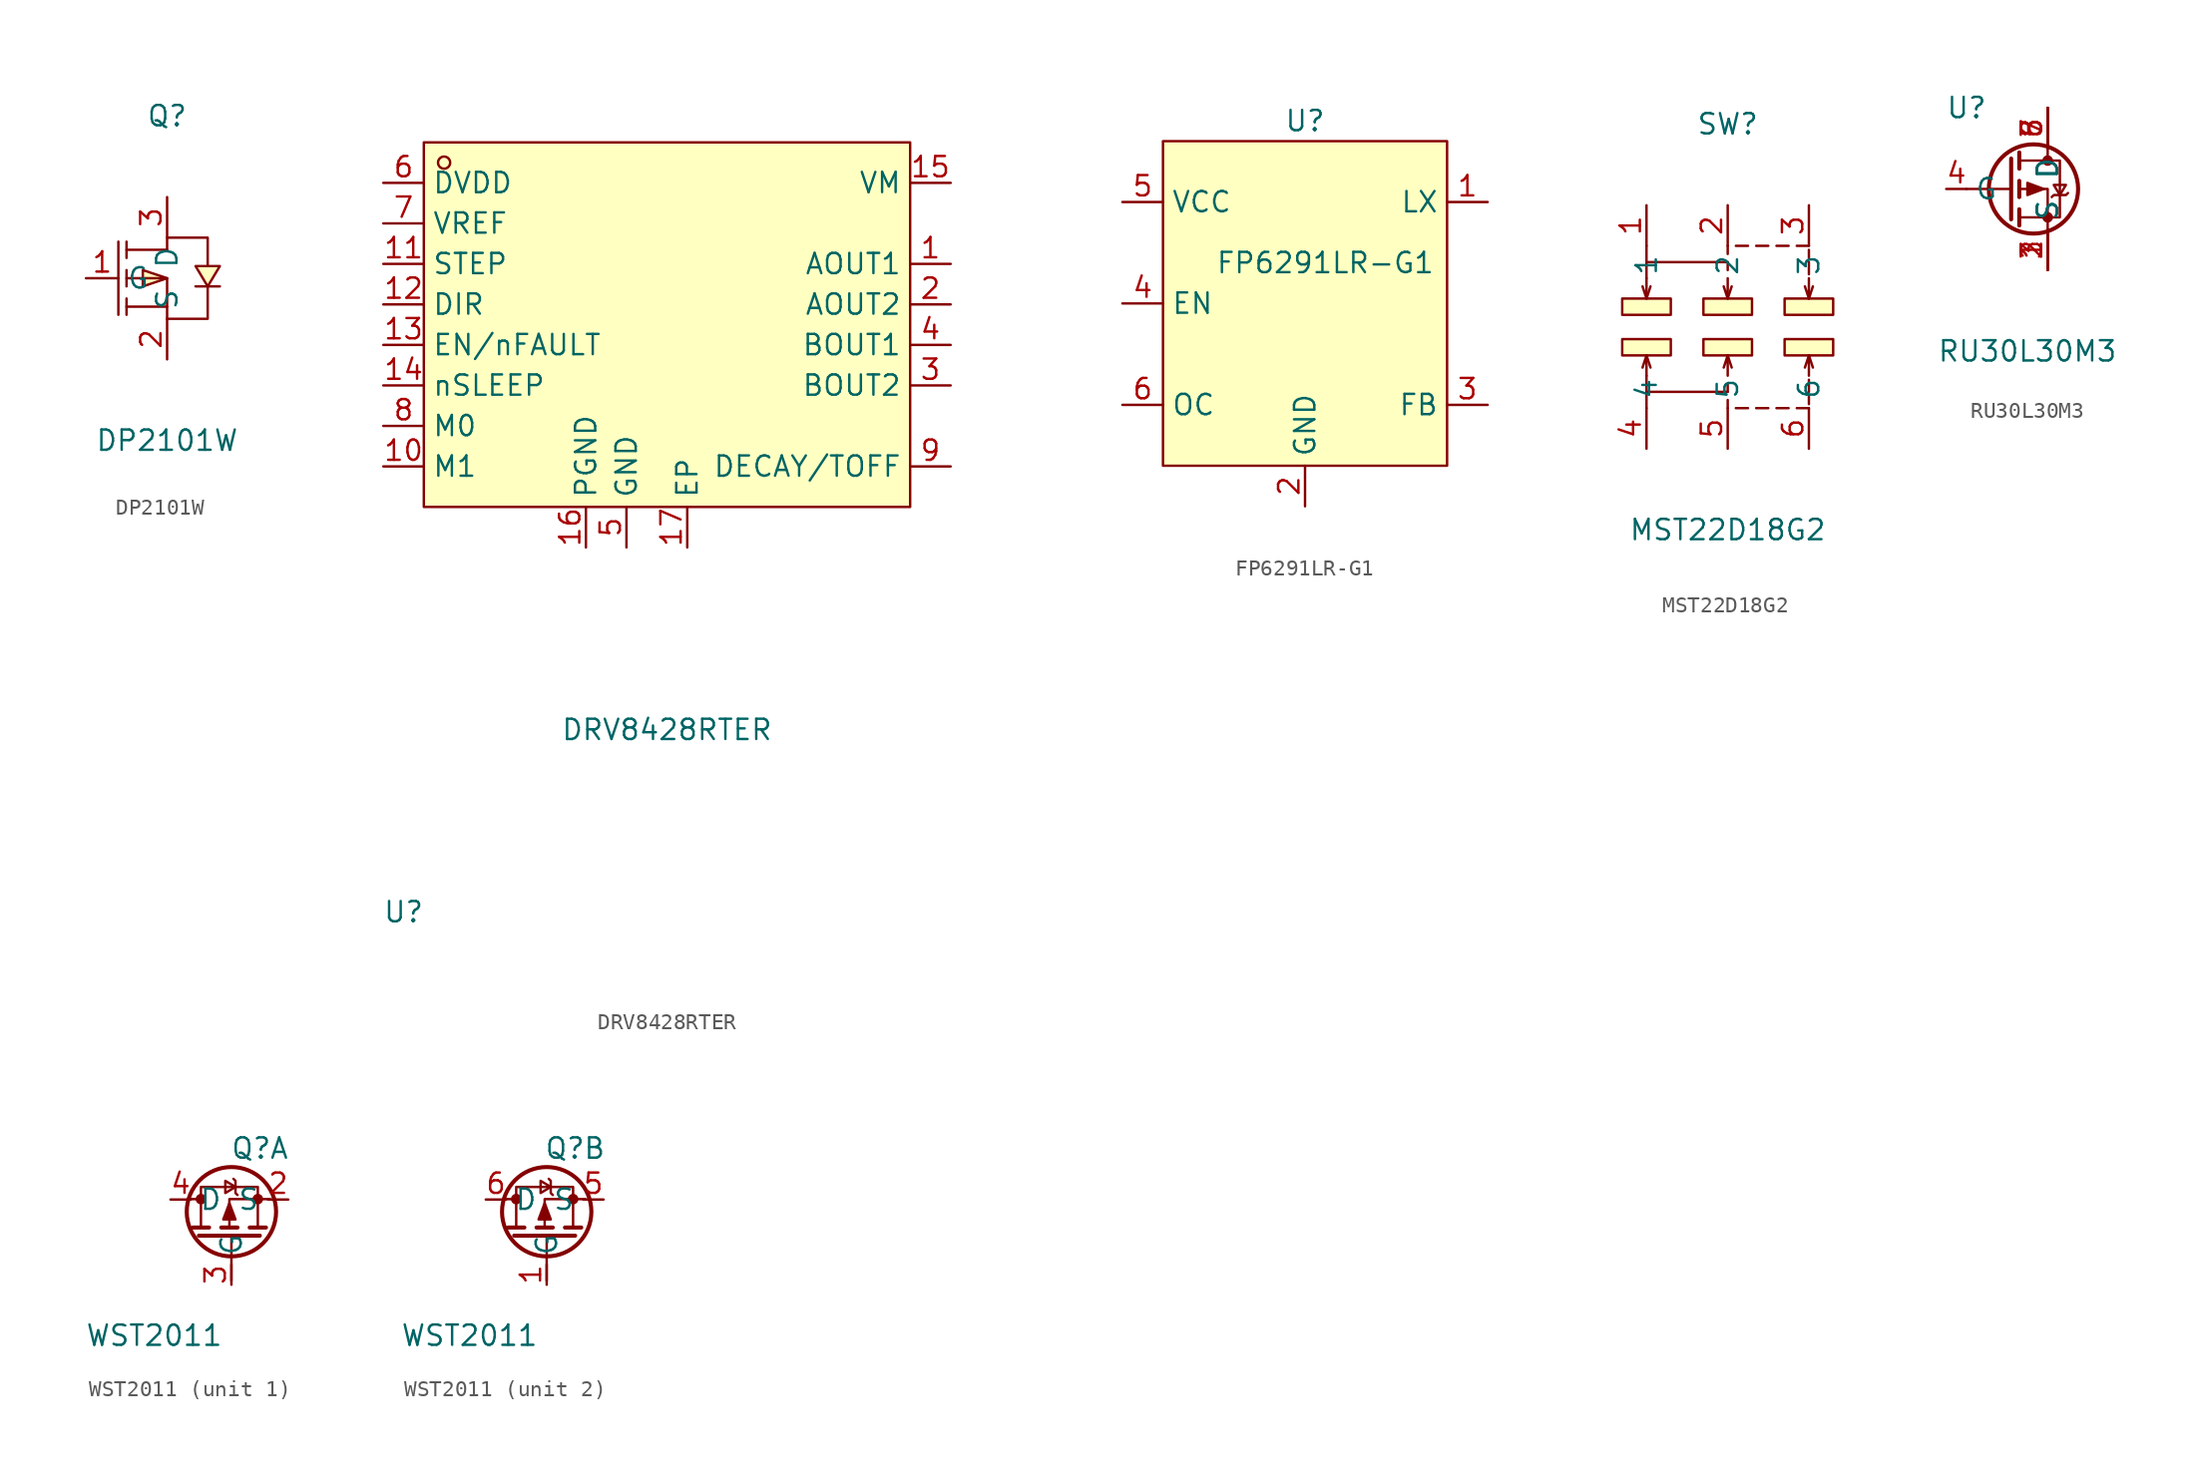
<source format=kicad_sym>
(kicad_symbol_lib
  (version 20220914)
  (generator kicad_symbol_editor)
  (symbol "DP2101W"
    (property "Reference" "Q"
      (at 0 10.16 0)
      (effects (font (size 1.27 1.27))))
    (property "Value" "DP2101W"
      (at 0 -10.16 0)
      (effects (font (size 1.27 1.27))))
    (symbol "DP2101W_0_1"
      (polyline (pts (xy -3.05 2.29) (xy -3.05 -2.29)) (stroke (width 0) (type default)) (fill (type none)))
      (polyline (pts (xy -2.54 -2.29) (xy -2.54 -1.27)) (stroke (width 0) (type default)) (fill (type none)))
      (polyline (pts (xy -2.54 -0.51) (xy -2.54 0.51)) (stroke (width 0) (type default)) (fill (type none)))
      (polyline (pts (xy -2.54 1.27) (xy -2.54 2.29)) (stroke (width 0) (type default)) (fill (type none)))
      (polyline (pts (xy 0 -1.78) (xy -2.54 -1.78)) (stroke (width 0) (type default)) (fill (type none)))
      (polyline (pts (xy 0 1.78) (xy -2.54 1.78)) (stroke (width 0) (type default)) (fill (type none)))
      (polyline (pts (xy -2.54 0) (xy 0 0) (xy 0 -2.54)) (stroke (width 0) (type default)) (fill (type none)))
      (polyline (pts (xy 0 -2.54) (xy 2.54 -2.54) (xy 2.54 -0.51)) (stroke (width 0) (type default)) (fill (type none)))
      (polyline (pts (xy 0 0) (xy -1.52 0.51) (xy -1.52 -0.51) (xy 0 0)) (stroke (width 0) (type default)) (fill (type background)))
      (polyline (pts (xy 0 1.78) (xy 0 2.54) (xy 2.54 2.54) (xy 2.54 0.76)) (stroke (width 0) (type default)) (fill (type none)))
      (polyline (pts (xy 2.54 -0.51) (xy 3.3 0.76) (xy 1.78 0.76) (xy 2.54 -0.51)) (stroke (width 0) (type default)) (fill (type background)))
      (polyline (pts (xy 3.3 -0.51) (xy 3.05 -0.51) (xy 2.03 -0.51) (xy 1.78 -0.51)) (stroke (width 0) (type default)) (fill (type none)))
      (pin unspecified line (at -5.08 0 0) (length 2.032) (name "G" (effects (font (size 1.27 1.27)))) (number "1" (effects (font (size 1.27 1.27)))))
      (pin unspecified line (at 0 -5.08 90) (length 2.54) (name "S" (effects (font (size 1.27 1.27)))) (number "2" (effects (font (size 1.27 1.27)))))
      (pin unspecified line (at 0 5.08 270) (length 2.54) (name "D" (effects (font (size 1.27 1.27)))) (number "3" (effects (font (size 1.27 1.27)))))))
  (symbol "DRV8428RTER"
    (property "Reference" "U"
      (at -16.51 -36.83 0)
      (effects (font (size 1.27 1.27))))
    (property "Value" "DRV8428RTER"
      (at 0 -25.4 0)
      (effects (font (size 1.27 1.27))))
    (symbol "DRV8428RTER_0_1"
      (rectangle (start -15.24 11.43) (end 15.24 -11.43) (stroke (width 0) (type default)) (fill (type background)))
      (circle (center -13.97 10.16) (radius 0.38) (stroke (width 0) (type default)) (fill (type none)))
      (pin unspecified line (at 17.78 3.81 180) (length 2.54) (name "AOUT1" (effects (font (size 1.27 1.27)))) (number "1" (effects (font (size 1.27 1.27)))))
      (pin unspecified line (at -17.78 -8.89 0) (length 2.54) (name "M1" (effects (font (size 1.27 1.27)))) (number "10" (effects (font (size 1.27 1.27)))))
      (pin unspecified line (at -17.78 3.81 0) (length 2.54) (name "STEP" (effects (font (size 1.27 1.27)))) (number "11" (effects (font (size 1.27 1.27)))))
      (pin unspecified line (at -17.78 1.27 0) (length 2.54) (name "DIR" (effects (font (size 1.27 1.27)))) (number "12" (effects (font (size 1.27 1.27)))))
      (pin unspecified line (at -17.78 -1.27 0) (length 2.54) (name "EN/nFAULT" (effects (font (size 1.27 1.27)))) (number "13" (effects (font (size 1.27 1.27)))))
      (pin unspecified line (at -17.78 -3.81 0) (length 2.54) (name "nSLEEP" (effects (font (size 1.27 1.27)))) (number "14" (effects (font (size 1.27 1.27)))))
      (pin unspecified line (at 17.78 8.89 180) (length 2.54) (name "VM" (effects (font (size 1.27 1.27)))) (number "15" (effects (font (size 1.27 1.27)))))
      (pin unspecified line (at -5.08 -13.97 90) (length 2.54) (name "PGND" (effects (font (size 1.27 1.27)))) (number "16" (effects (font (size 1.27 1.27)))))
      (pin unspecified line (at 1.27 -13.97 90) (length 2.54) (name "EP" (effects (font (size 1.27 1.27)))) (number "17" (effects (font (size 1.27 1.27)))))
      (pin unspecified line (at 17.78 1.27 180) (length 2.54) (name "AOUT2" (effects (font (size 1.27 1.27)))) (number "2" (effects (font (size 1.27 1.27)))))
      (pin unspecified line (at 17.78 -3.81 180) (length 2.54) (name "BOUT2" (effects (font (size 1.27 1.27)))) (number "3" (effects (font (size 1.27 1.27)))))
      (pin unspecified line (at 17.78 -1.27 180) (length 2.54) (name "BOUT1" (effects (font (size 1.27 1.27)))) (number "4" (effects (font (size 1.27 1.27)))))
      (pin unspecified line (at -2.54 -13.97 90) (length 2.54) (name "GND" (effects (font (size 1.27 1.27)))) (number "5" (effects (font (size 1.27 1.27)))))
      (pin unspecified line (at -17.78 8.89 0) (length 2.54) (name "DVDD" (effects (font (size 1.27 1.27)))) (number "6" (effects (font (size 1.27 1.27)))))
      (pin unspecified line (at -17.78 6.35 0) (length 2.54) (name "VREF" (effects (font (size 1.27 1.27)))) (number "7" (effects (font (size 1.27 1.27)))))
      (pin unspecified line (at -17.78 -6.35 0) (length 2.54) (name "M0" (effects (font (size 1.27 1.27)))) (number "8" (effects (font (size 1.27 1.27)))))
      (pin unspecified line (at 17.78 -8.89 180) (length 2.54) (name "DECAY/TOFF" (effects (font (size 1.27 1.27)))) (number "9" (effects (font (size 1.27 1.27)))))))
  (symbol "FP6291LR-G1"
    (property "Reference" "U"
      (at 0 11.43 0)
      (effects (font (size 1.27 1.27))))
    (property "Value" "FP6291LR-G1"
      (at 1.27 2.54 0)
      (effects (font (size 1.27 1.27))))
    (symbol "FP6291LR-G1_0_1"
      (rectangle (start -8.89 10.16) (end 8.89 -10.16) (stroke (width 0) (type default)) (fill (type background))))
    (symbol "FP6291LR-G1_1_1"
      (pin unspecified line (at 11.43 6.35 180) (length 2.54) (name "LX" (effects (font (size 1.27 1.27)))) (number "1" (effects (font (size 1.27 1.27)))))
      (pin unspecified line (at 0 -12.7 90) (length 2.54) (name "GND" (effects (font (size 1.27 1.27)))) (number "2" (effects (font (size 1.27 1.27)))))
      (pin unspecified line (at 11.43 -6.35 180) (length 2.54) (name "FB" (effects (font (size 1.27 1.27)))) (number "3" (effects (font (size 1.27 1.27)))))
      (pin unspecified line (at -11.43 0 0) (length 2.54) (name "EN" (effects (font (size 1.27 1.27)))) (number "4" (effects (font (size 1.27 1.27)))))
      (pin unspecified line (at -11.43 6.35 0) (length 2.54) (name "VCC" (effects (font (size 1.27 1.27)))) (number "5" (effects (font (size 1.27 1.27)))))
      (pin unspecified line (at -11.43 -6.35 0) (length 2.54) (name "OC" (effects (font (size 1.27 1.27)))) (number "6" (effects (font (size 1.27 1.27)))))))
  (symbol "MST22D18G2"
    (property "Reference" "SW"
      (at 0 12.7 0)
      (effects (font (size 1.27 1.27))))
    (property "Value" "MST22D18G2"
      (at 0 -12.7 0)
      (effects (font (size 1.27 1.27))))
    (symbol "MST22D18G2_0_1"
      (rectangle (start -6.6 -0.76) (end -3.56 -1.78) (stroke (width 0) (type default)) (fill (type background)))
      (rectangle (start -6.6 1.78) (end -3.56 0.76) (stroke (width 0) (type default)) (fill (type background)))
      (rectangle (start -1.52 -0.76) (end 1.52 -1.78) (stroke (width 0) (type default)) (fill (type background)))
      (rectangle (start -1.52 1.78) (end 1.52 0.76) (stroke (width 0) (type default)) (fill (type background)))
      (polyline (pts (xy -5.08 -4.06) (xy -5.08 -5.08)) (stroke (width 0) (type default)) (fill (type none)))
      (polyline (pts (xy -5.08 -1.78) (xy -4.83 -2.54)) (stroke (width 0) (type default)) (fill (type none)))
      (polyline (pts (xy -5.08 1.78) (xy -4.83 2.54)) (stroke (width 0) (type default)) (fill (type none)))
      (polyline (pts (xy -5.08 4.06) (xy -5.08 5.08)) (stroke (width 0) (type default)) (fill (type none)))
      (polyline (pts (xy 0 -4.57) (xy 0 -5.08)) (stroke (width 0) (type default)) (fill (type none)))
      (polyline (pts (xy 0 -3.56) (xy 0 -4.06)) (stroke (width 0) (type default)) (fill (type none)))
      (polyline (pts (xy 0 -1.78) (xy 0.25 -2.54)) (stroke (width 0) (type default)) (fill (type none)))
      (polyline (pts (xy 0 1.78) (xy 0.25 2.54)) (stroke (width 0) (type default)) (fill (type none)))
      (polyline (pts (xy 0 3.56) (xy 0 4.06)) (stroke (width 0) (type default)) (fill (type none)))
      (polyline (pts (xy 0 4.57) (xy 0 5.08)) (stroke (width 0) (type default)) (fill (type none)))
      (polyline (pts (xy 0.51 -5.08) (xy 1.27 -5.08)) (stroke (width 0) (type default)) (fill (type none)))
      (polyline (pts (xy 0.51 5.08) (xy 1.27 5.08)) (stroke (width 0) (type default)) (fill (type none)))
      (polyline (pts (xy 1.78 -5.08) (xy 2.54 -5.08)) (stroke (width 0) (type default)) (fill (type none)))
      (polyline (pts (xy 1.78 5.08) (xy 2.54 5.08)) (stroke (width 0) (type default)) (fill (type none)))
      (polyline (pts (xy 3.05 -5.08) (xy 3.81 -5.08)) (stroke (width 0) (type default)) (fill (type none)))
      (polyline (pts (xy 3.05 5.08) (xy 3.81 5.08)) (stroke (width 0) (type default)) (fill (type none)))
      (polyline (pts (xy 4.32 -5.08) (xy 5.08 -5.08)) (stroke (width 0) (type default)) (fill (type none)))
      (polyline (pts (xy 4.32 5.08) (xy 5.08 5.08)) (stroke (width 0) (type default)) (fill (type none)))
      (polyline (pts (xy 5.08 -4.83) (xy 5.08 -4.32)) (stroke (width 0) (type default)) (fill (type none)))
      (polyline (pts (xy 5.08 -4.06) (xy 5.08 -3.3)) (stroke (width 0) (type default)) (fill (type none)))
      (polyline (pts (xy 5.08 -1.78) (xy 5.33 -2.54)) (stroke (width 0) (type default)) (fill (type none)))
      (polyline (pts (xy 5.08 1.78) (xy 5.33 2.54)) (stroke (width 0) (type default)) (fill (type none)))
      (polyline (pts (xy 5.08 4.06) (xy 5.08 3.3)) (stroke (width 0) (type default)) (fill (type none)))
      (polyline (pts (xy 5.08 4.83) (xy 5.08 4.32)) (stroke (width 0) (type default)) (fill (type none)))
      (polyline (pts (xy -5.08 -3.05) (xy -5.08 -4.06) (xy 0 -4.06)) (stroke (width 0) (type default)) (fill (type none)))
      (polyline (pts (xy -5.08 -3.05) (xy -5.08 -1.78) (xy -5.33 -2.54)) (stroke (width 0) (type default)) (fill (type none)))
      (polyline (pts (xy -5.08 3.05) (xy -5.08 1.78) (xy -5.33 2.54)) (stroke (width 0) (type default)) (fill (type none)))
      (polyline (pts (xy -5.08 3.05) (xy -5.08 4.06) (xy 0 4.06)) (stroke (width 0) (type default)) (fill (type none)))
      (polyline (pts (xy 0 -3.05) (xy 0 -1.78) (xy -0.25 -2.54)) (stroke (width 0) (type default)) (fill (type none)))
      (polyline (pts (xy 0 3.05) (xy 0 1.78) (xy -0.25 2.54)) (stroke (width 0) (type default)) (fill (type none)))
      (polyline (pts (xy 5.08 -3.05) (xy 5.08 -1.78) (xy 4.83 -2.54)) (stroke (width 0) (type default)) (fill (type none)))
      (polyline (pts (xy 5.08 3.05) (xy 5.08 1.78) (xy 4.83 2.54)) (stroke (width 0) (type default)) (fill (type none)))
      (rectangle (start 3.56 -0.76) (end 6.6 -1.78) (stroke (width 0) (type default)) (fill (type background)))
      (rectangle (start 3.56 1.78) (end 6.6 0.76) (stroke (width 0) (type default)) (fill (type background)))
      (pin unspecified line (at -5.08 7.62 270) (length 2.54) (name "1" (effects (font (size 1.27 1.27)))) (number "1" (effects (font (size 1.27 1.27)))))
      (pin unspecified line (at 0 7.62 270) (length 2.54) (name "2" (effects (font (size 1.27 1.27)))) (number "2" (effects (font (size 1.27 1.27)))))
      (pin unspecified line (at 5.08 7.62 270) (length 2.54) (name "3" (effects (font (size 1.27 1.27)))) (number "3" (effects (font (size 1.27 1.27)))))
      (pin unspecified line (at -5.08 -7.62 90) (length 2.54) (name "4" (effects (font (size 1.27 1.27)))) (number "4" (effects (font (size 1.27 1.27)))))
      (pin unspecified line (at 0 -7.62 90) (length 2.54) (name "5" (effects (font (size 1.27 1.27)))) (number "5" (effects (font (size 1.27 1.27)))))
      (pin unspecified line (at 5.08 -7.62 90) (length 2.54) (name "6" (effects (font (size 1.27 1.27)))) (number "6" (effects (font (size 1.27 1.27)))))))
  (symbol "RU30L30M3"
    (property "Reference" "U"
      (at -3.81 5.08 0)
      (effects (font (size 1.27 1.27))))
    (property "Value" "RU30L30M3"
      (at 0 -10.16 0)
      (effects (font (size 1.27 1.27))))
    (symbol "RU30L30M3_0_1"
      (polyline (pts (xy -1.016 0) (xy -3.81 0)) (stroke (width 0) (type default)) (fill (type none)))
      (polyline (pts (xy -1.016 1.905) (xy -1.016 -1.905)) (stroke (width 0.254) (type default)) (fill (type none)))
      (polyline (pts (xy -0.508 -1.27) (xy -0.508 -2.286)) (stroke (width 0.254) (type default)) (fill (type none)))
      (polyline (pts (xy -0.508 0.508) (xy -0.508 -0.508)) (stroke (width 0.254) (type default)) (fill (type none)))
      (polyline (pts (xy -0.508 2.286) (xy -0.508 1.27)) (stroke (width 0.254) (type default)) (fill (type none)))
      (polyline (pts (xy 1.27 2.54) (xy 1.27 1.778)) (stroke (width 0) (type default)) (fill (type none)))
      (polyline (pts (xy 1.27 -2.54) (xy 1.27 0) (xy -0.508 0)) (stroke (width 0) (type default)) (fill (type none)))
      (polyline (pts (xy -0.508 1.778) (xy 2.032 1.778) (xy 2.032 -1.778) (xy -0.508 -1.778)) (stroke (width 0) (type default)) (fill (type none)))
      (polyline (pts (xy 1.016 0) (xy 0 0.381) (xy 0 -0.381) (xy 1.016 0)) (stroke (width 0) (type default)) (fill (type outline)))
      (polyline (pts (xy 1.524 -0.508) (xy 1.651 -0.381) (xy 2.413 -0.381) (xy 2.54 -0.254)) (stroke (width 0) (type default)) (fill (type none)))
      (polyline (pts (xy 2.032 -0.381) (xy 1.651 0.254) (xy 2.413 0.254) (xy 2.032 -0.381)) (stroke (width 0) (type default)) (fill (type none)))
      (circle (center 0.381 0) (radius 2.794) (stroke (width 0.254) (type default)) (fill (type none)))
      (circle (center 1.27 -1.778) (radius 0.254) (stroke (width 0) (type default)) (fill (type outline)))
      (circle (center 1.27 1.778) (radius 0.254) (stroke (width 0) (type default)) (fill (type outline)))
      (pin unspecified line (at 1.27 -5.08 90) (length 2.54) (name "S" (effects (font (size 1.27 1.27)))) (number "1" (effects (font (size 1.27 1.27)))))
      (pin unspecified line (at 1.27 -5.08 90) (length 2.54) (name "S" (effects (font (size 1.27 1.27)))) (number "2" (effects (font (size 1.27 1.27)))))
      (pin unspecified line (at 1.27 5.08 270) (length 2.54) (name "D" (effects (font (size 1.27 1.27)))) (number "7" (effects (font (size 1.27 1.27)))))
      (pin unspecified line (at 1.27 5.08 270) (length 2.54) (name "D" (effects (font (size 1.27 1.27)))) (number "8" (effects (font (size 1.27 1.27))))))
    (symbol "RU30L30M3_1_1"
      (pin unspecified line (at 1.27 -5.08 90) (length 2.54) (name "S" (effects (font (size 1.27 1.27)))) (number "3" (effects (font (size 1.27 1.27)))))
      (pin input line (at -5.08 0 0) (length 1.27) (name "G" (effects (font (size 1.27 1.27)))) (number "4" (effects (font (size 1.27 1.27)))))
      (pin unspecified line (at 1.27 5.08 270) (length 2.54) (name "D" (effects (font (size 1.27 1.27)))) (number "5" (effects (font (size 1.27 1.27)))))
      (pin unspecified line (at 1.27 5.08 270) (length 2.54) (name "D" (effects (font (size 1.27 1.27)))) (number "6" (effects (font (size 1.27 1.27)))))))
  (symbol "WST2011"
    (property "Reference" "Q"
      (at 1.778 3.962 0)
      (effects (font (size 1.27 1.27))))
    (property "Value" "WST2011"
      (at -4.826 -7.747 0)
      (effects (font (size 1.27 1.27))))
    (property "ki_locked" ""
      (at 0 0 0)
      (effects (font (size 1.27 1.27))))
    (symbol "WST2011_0_1"
      (circle (center -1.905 0.787) (radius 0.254) (stroke (width 0) (type default)) (fill (type outline)))
      (polyline (pts (xy -2.667 0.787) (xy -1.905 0.787)) (stroke (width 0) (type default)) (fill (type none)))
      (polyline (pts (xy -2.413 -0.991) (xy -1.397 -0.991)) (stroke (width 0.254) (type default)) (fill (type none)))
      (polyline (pts (xy -2.032 -1.499) (xy 1.778 -1.499)) (stroke (width 0.254) (type default)) (fill (type none)))
      (polyline (pts (xy -0.635 -0.991) (xy 0.381 -0.991)) (stroke (width 0.254) (type default)) (fill (type none)))
      (polyline (pts (xy 0 -1.524) (xy 0 -4.318)) (stroke (width 0) (type default)) (fill (type none)))
      (polyline (pts (xy 1.143 -0.991) (xy 2.159 -0.991)) (stroke (width 0.254) (type default)) (fill (type none)))
      (polyline (pts (xy 2.413 0.787) (xy -0.127 0.787) (xy -0.127 -0.991)) (stroke (width 0) (type default)) (fill (type none)))
      (polyline (pts (xy -1.905 -0.991) (xy -1.905 1.549) (xy 1.651 1.549) (xy 1.651 -0.991)) (stroke (width 0) (type default)) (fill (type none)))
      (polyline (pts (xy -0.127 0.533) (xy -0.508 -0.483) (xy 0.254 -0.483) (xy -0.127 0.533)) (stroke (width 0) (type default)) (fill (type outline)))
      (polyline (pts (xy 0.254 1.549) (xy -0.381 1.168) (xy -0.381 1.93) (xy 0.254 1.549)) (stroke (width 0) (type default)) (fill (type none)))
      (polyline (pts (xy 0.381 1.041) (xy 0.254 1.168) (xy 0.254 1.93) (xy 0.127 2.057)) (stroke (width 0) (type default)) (fill (type none)))
      (circle (center 0 0) (radius 2.794) (stroke (width 0.254) (type default)) (fill (type none)))
      (circle (center 1.651 0.787) (radius 0.254) (stroke (width 0) (type default)) (fill (type outline))))
    (symbol "WST2011_1_1"
      (pin unspecified line (at 3.556 0.762 180) (length 1.27) (name "S" (effects (font (size 1.27 1.27)))) (number "2" (effects (font (size 1.27 1.27)))))
      (pin unspecified line (at 0 -4.572 90) (length 1.27) (name "G" (effects (font (size 1.27 1.27)))) (number "3" (effects (font (size 1.27 1.27)))))
      (pin unspecified line (at -3.81 0.762 0) (length 1.27) (name "D" (effects (font (size 1.27 1.27)))) (number "4" (effects (font (size 1.27 1.27))))))
    (symbol "WST2011_2_0"
      (pin unspecified line (at 0 -4.572 90) (length 1.27) (name "G" (effects (font (size 1.27 1.27)))) (number "1" (effects (font (size 1.27 1.27)))))
      (pin unspecified line (at 3.556 0.762 180) (length 1.27) (name "S" (effects (font (size 1.27 1.27)))) (number "5" (effects (font (size 1.27 1.27)))))
      (pin unspecified line (at -3.81 0.762 0) (length 1.27) (name "D" (effects (font (size 1.27 1.27)))) (number "6" (effects (font (size 1.27 1.27))))))))
</source>
